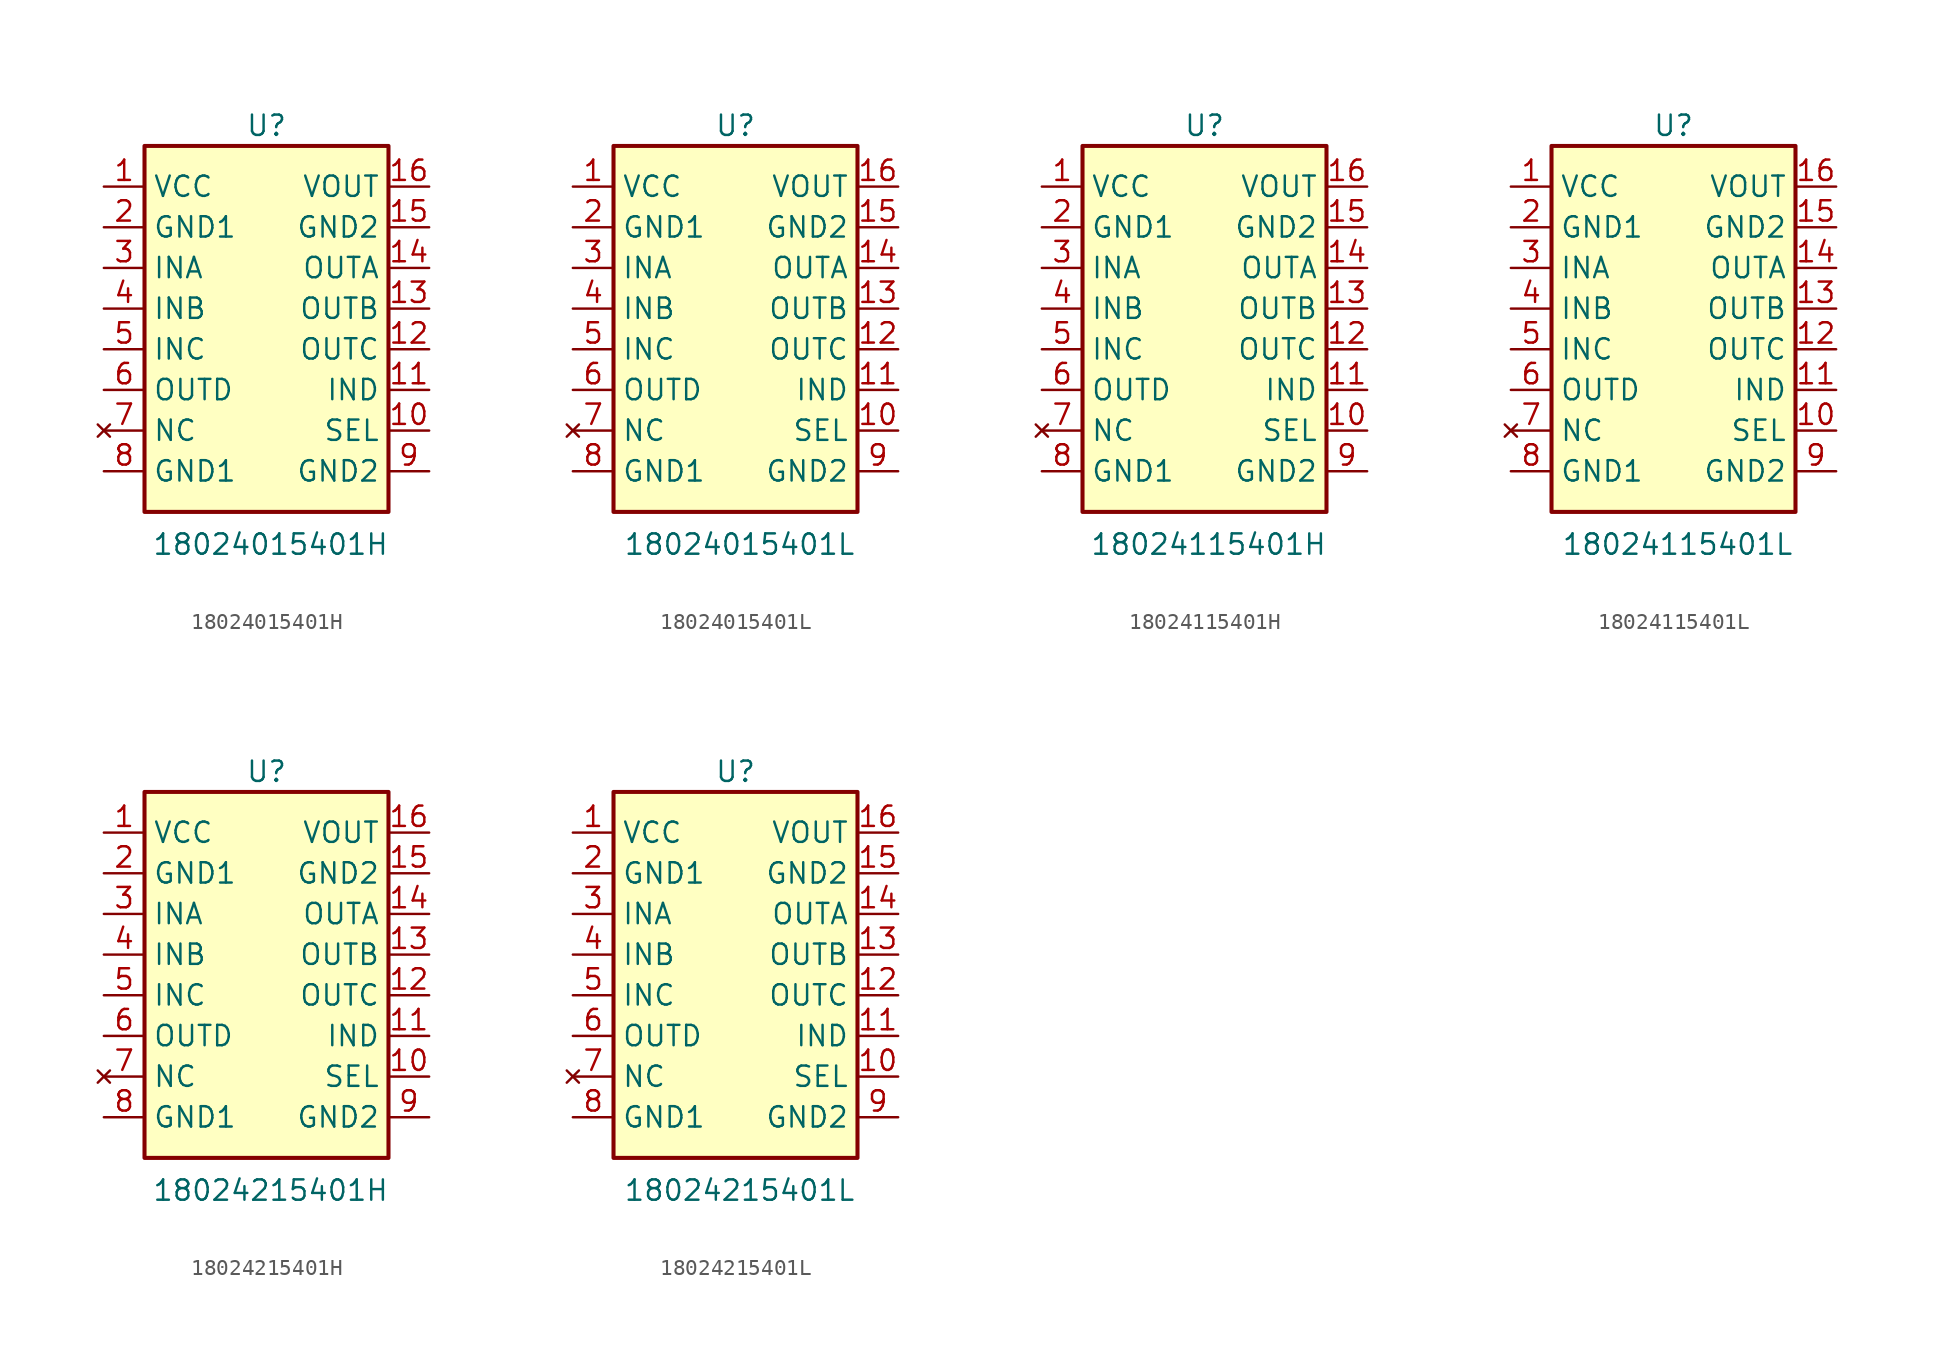
<source format=kicad_sym>
(kicad_symbol_lib
  (version 20241209)
  (generator "kicad_symbol_editor")
  (generator_version "9.0")
  (symbol "18024015401H"
    (property "Reference" "U"
      (at 0 11.43 0)
      (effects (font (size 1.27 1.27))))
    (property "Value" "18024015401H"
      (at 0.254 -14.732 0)
      (effects (font (size 1.27 1.27))))
    (symbol "18024015401H_1_0"
      (rectangle (start -7.62 10.16) (end 7.62 -12.7) (stroke (width 0.254) (type solid)) (fill (type background))))
    (symbol "18024015401H_1_1"
      (pin power_in line (at -10.16 7.62 0) (length 2.54) (name "VCC" (effects (font (size 1.27 1.27)))) (number "1" (effects (font (size 1.27 1.27)))))
      (pin power_in line (at -10.16 5.08 0) (length 2.54) (name "GND1" (effects (font (size 1.27 1.27)))) (number "2" (effects (font (size 1.27 1.27)))))
      (pin input line (at -10.16 2.54 0) (length 2.54) (name "INA" (effects (font (size 1.27 1.27)))) (number "3" (effects (font (size 1.27 1.27)))))
      (pin input line (at -10.16 0 0) (length 2.54) (name "INB" (effects (font (size 1.27 1.27)))) (number "4" (effects (font (size 1.27 1.27)))))
      (pin input line (at -10.16 -2.54 0) (length 2.54) (name "INC" (effects (font (size 1.27 1.27)))) (number "5" (effects (font (size 1.27 1.27)))))
      (pin input line (at -10.16 -5.08 0) (length 2.54) (name "OUTD" (effects (font (size 1.27 1.27)))) (number "6" (effects (font (size 1.27 1.27)))))
      (pin no_connect line (at -10.16 -7.62 0) (length 2.54) (name "NC" (effects (font (size 1.27 1.27)))) (number "7" (effects (font (size 1.27 1.27)))))
      (pin power_in line (at -10.16 -10.16 0) (length 2.54) (name "GND1" (effects (font (size 1.27 1.27)))) (number "8" (effects (font (size 1.27 1.27)))))
      (pin power_out line (at 10.16 7.62 180) (length 2.54) (name "VOUT" (effects (font (size 1.27 1.27)))) (number "16" (effects (font (size 1.27 1.27)))))
      (pin power_in line (at 10.16 5.08 180) (length 2.54) (name "GND2" (effects (font (size 1.27 1.27)))) (number "15" (effects (font (size 1.27 1.27)))))
      (pin output line (at 10.16 2.54 180) (length 2.54) (name "OUTA" (effects (font (size 1.27 1.27)))) (number "14" (effects (font (size 1.27 1.27)))))
      (pin output line (at 10.16 0 180) (length 2.54) (name "OUTB" (effects (font (size 1.27 1.27)))) (number "13" (effects (font (size 1.27 1.27)))))
      (pin output line (at 10.16 -2.54 180) (length 2.54) (name "OUTC" (effects (font (size 1.27 1.27)))) (number "12" (effects (font (size 1.27 1.27)))))
      (pin output line (at 10.16 -5.08 180) (length 2.54) (name "IND" (effects (font (size 1.27 1.27)))) (number "11" (effects (font (size 1.27 1.27)))))
      (pin input line (at 10.16 -7.62 180) (length 2.54) (name "SEL" (effects (font (size 1.27 1.27)))) (number "10" (effects (font (size 1.27 1.27)))))
      (pin power_in line (at 10.16 -10.16 180) (length 2.54) (name "GND2" (effects (font (size 1.27 1.27)))) (number "9" (effects (font (size 1.27 1.27)))))))
  (symbol "18024015401L"
    (property "Reference" "U"
      (at 0 11.43 0)
      (effects (font (size 1.27 1.27))))
    (property "Value" "18024015401L"
      (at 0.254 -14.732 0)
      (effects (font (size 1.27 1.27))))
    (symbol "18024015401L_1_0"
      (rectangle (start -7.62 10.16) (end 7.62 -12.7) (stroke (width 0.254) (type solid)) (fill (type background))))
    (symbol "18024015401L_1_1"
      (pin power_in line (at -10.16 7.62 0) (length 2.54) (name "VCC" (effects (font (size 1.27 1.27)))) (number "1" (effects (font (size 1.27 1.27)))))
      (pin power_in line (at -10.16 5.08 0) (length 2.54) (name "GND1" (effects (font (size 1.27 1.27)))) (number "2" (effects (font (size 1.27 1.27)))))
      (pin input line (at -10.16 2.54 0) (length 2.54) (name "INA" (effects (font (size 1.27 1.27)))) (number "3" (effects (font (size 1.27 1.27)))))
      (pin input line (at -10.16 0 0) (length 2.54) (name "INB" (effects (font (size 1.27 1.27)))) (number "4" (effects (font (size 1.27 1.27)))))
      (pin input line (at -10.16 -2.54 0) (length 2.54) (name "INC" (effects (font (size 1.27 1.27)))) (number "5" (effects (font (size 1.27 1.27)))))
      (pin input line (at -10.16 -5.08 0) (length 2.54) (name "OUTD" (effects (font (size 1.27 1.27)))) (number "6" (effects (font (size 1.27 1.27)))))
      (pin no_connect line (at -10.16 -7.62 0) (length 2.54) (name "NC" (effects (font (size 1.27 1.27)))) (number "7" (effects (font (size 1.27 1.27)))))
      (pin power_in line (at -10.16 -10.16 0) (length 2.54) (name "GND1" (effects (font (size 1.27 1.27)))) (number "8" (effects (font (size 1.27 1.27)))))
      (pin power_out line (at 10.16 7.62 180) (length 2.54) (name "VOUT" (effects (font (size 1.27 1.27)))) (number "16" (effects (font (size 1.27 1.27)))))
      (pin power_in line (at 10.16 5.08 180) (length 2.54) (name "GND2" (effects (font (size 1.27 1.27)))) (number "15" (effects (font (size 1.27 1.27)))))
      (pin output line (at 10.16 2.54 180) (length 2.54) (name "OUTA" (effects (font (size 1.27 1.27)))) (number "14" (effects (font (size 1.27 1.27)))))
      (pin output line (at 10.16 0 180) (length 2.54) (name "OUTB" (effects (font (size 1.27 1.27)))) (number "13" (effects (font (size 1.27 1.27)))))
      (pin output line (at 10.16 -2.54 180) (length 2.54) (name "OUTC" (effects (font (size 1.27 1.27)))) (number "12" (effects (font (size 1.27 1.27)))))
      (pin output line (at 10.16 -5.08 180) (length 2.54) (name "IND" (effects (font (size 1.27 1.27)))) (number "11" (effects (font (size 1.27 1.27)))))
      (pin input line (at 10.16 -7.62 180) (length 2.54) (name "SEL" (effects (font (size 1.27 1.27)))) (number "10" (effects (font (size 1.27 1.27)))))
      (pin power_in line (at 10.16 -10.16 180) (length 2.54) (name "GND2" (effects (font (size 1.27 1.27)))) (number "9" (effects (font (size 1.27 1.27)))))))
  (symbol "18024115401H"
    (property "Reference" "U"
      (at 0 11.43 0)
      (effects (font (size 1.27 1.27))))
    (property "Value" "18024115401H"
      (at 0.254 -14.732 0)
      (effects (font (size 1.27 1.27))))
    (symbol "18024115401H_1_0"
      (rectangle (start -7.62 10.16) (end 7.62 -12.7) (stroke (width 0.254) (type solid)) (fill (type background))))
    (symbol "18024115401H_1_1"
      (pin power_in line (at -10.16 7.62 0) (length 2.54) (name "VCC" (effects (font (size 1.27 1.27)))) (number "1" (effects (font (size 1.27 1.27)))))
      (pin power_in line (at -10.16 5.08 0) (length 2.54) (name "GND1" (effects (font (size 1.27 1.27)))) (number "2" (effects (font (size 1.27 1.27)))))
      (pin input line (at -10.16 2.54 0) (length 2.54) (name "INA" (effects (font (size 1.27 1.27)))) (number "3" (effects (font (size 1.27 1.27)))))
      (pin input line (at -10.16 0 0) (length 2.54) (name "INB" (effects (font (size 1.27 1.27)))) (number "4" (effects (font (size 1.27 1.27)))))
      (pin input line (at -10.16 -2.54 0) (length 2.54) (name "INC" (effects (font (size 1.27 1.27)))) (number "5" (effects (font (size 1.27 1.27)))))
      (pin output line (at -10.16 -5.08 0) (length 2.54) (name "OUTD" (effects (font (size 1.27 1.27)))) (number "6" (effects (font (size 1.27 1.27)))))
      (pin no_connect line (at -10.16 -7.62 0) (length 2.54) (name "NC" (effects (font (size 1.27 1.27)))) (number "7" (effects (font (size 1.27 1.27)))))
      (pin power_in line (at -10.16 -10.16 0) (length 2.54) (name "GND1" (effects (font (size 1.27 1.27)))) (number "8" (effects (font (size 1.27 1.27)))))
      (pin power_out line (at 10.16 7.62 180) (length 2.54) (name "VOUT" (effects (font (size 1.27 1.27)))) (number "16" (effects (font (size 1.27 1.27)))))
      (pin power_in line (at 10.16 5.08 180) (length 2.54) (name "GND2" (effects (font (size 1.27 1.27)))) (number "15" (effects (font (size 1.27 1.27)))))
      (pin output line (at 10.16 2.54 180) (length 2.54) (name "OUTA" (effects (font (size 1.27 1.27)))) (number "14" (effects (font (size 1.27 1.27)))))
      (pin output line (at 10.16 0 180) (length 2.54) (name "OUTB" (effects (font (size 1.27 1.27)))) (number "13" (effects (font (size 1.27 1.27)))))
      (pin output line (at 10.16 -2.54 180) (length 2.54) (name "OUTC" (effects (font (size 1.27 1.27)))) (number "12" (effects (font (size 1.27 1.27)))))
      (pin input line (at 10.16 -5.08 180) (length 2.54) (name "IND" (effects (font (size 1.27 1.27)))) (number "11" (effects (font (size 1.27 1.27)))))
      (pin input line (at 10.16 -7.62 180) (length 2.54) (name "SEL" (effects (font (size 1.27 1.27)))) (number "10" (effects (font (size 1.27 1.27)))))
      (pin power_in line (at 10.16 -10.16 180) (length 2.54) (name "GND2" (effects (font (size 1.27 1.27)))) (number "9" (effects (font (size 1.27 1.27)))))))
  (symbol "18024115401L"
    (property "Reference" "U"
      (at 0 11.43 0)
      (effects (font (size 1.27 1.27))))
    (property "Value" "18024115401L"
      (at 0.254 -14.732 0)
      (effects (font (size 1.27 1.27))))
    (symbol "18024115401L_1_0"
      (rectangle (start -7.62 10.16) (end 7.62 -12.7) (stroke (width 0.254) (type solid)) (fill (type background))))
    (symbol "18024115401L_1_1"
      (pin power_in line (at -10.16 7.62 0) (length 2.54) (name "VCC" (effects (font (size 1.27 1.27)))) (number "1" (effects (font (size 1.27 1.27)))))
      (pin power_in line (at -10.16 5.08 0) (length 2.54) (name "GND1" (effects (font (size 1.27 1.27)))) (number "2" (effects (font (size 1.27 1.27)))))
      (pin input line (at -10.16 2.54 0) (length 2.54) (name "INA" (effects (font (size 1.27 1.27)))) (number "3" (effects (font (size 1.27 1.27)))))
      (pin input line (at -10.16 0 0) (length 2.54) (name "INB" (effects (font (size 1.27 1.27)))) (number "4" (effects (font (size 1.27 1.27)))))
      (pin input line (at -10.16 -2.54 0) (length 2.54) (name "INC" (effects (font (size 1.27 1.27)))) (number "5" (effects (font (size 1.27 1.27)))))
      (pin output line (at -10.16 -5.08 0) (length 2.54) (name "OUTD" (effects (font (size 1.27 1.27)))) (number "6" (effects (font (size 1.27 1.27)))))
      (pin no_connect line (at -10.16 -7.62 0) (length 2.54) (name "NC" (effects (font (size 1.27 1.27)))) (number "7" (effects (font (size 1.27 1.27)))))
      (pin power_in line (at -10.16 -10.16 0) (length 2.54) (name "GND1" (effects (font (size 1.27 1.27)))) (number "8" (effects (font (size 1.27 1.27)))))
      (pin power_out line (at 10.16 7.62 180) (length 2.54) (name "VOUT" (effects (font (size 1.27 1.27)))) (number "16" (effects (font (size 1.27 1.27)))))
      (pin power_in line (at 10.16 5.08 180) (length 2.54) (name "GND2" (effects (font (size 1.27 1.27)))) (number "15" (effects (font (size 1.27 1.27)))))
      (pin output line (at 10.16 2.54 180) (length 2.54) (name "OUTA" (effects (font (size 1.27 1.27)))) (number "14" (effects (font (size 1.27 1.27)))))
      (pin output line (at 10.16 0 180) (length 2.54) (name "OUTB" (effects (font (size 1.27 1.27)))) (number "13" (effects (font (size 1.27 1.27)))))
      (pin output line (at 10.16 -2.54 180) (length 2.54) (name "OUTC" (effects (font (size 1.27 1.27)))) (number "12" (effects (font (size 1.27 1.27)))))
      (pin input line (at 10.16 -5.08 180) (length 2.54) (name "IND" (effects (font (size 1.27 1.27)))) (number "11" (effects (font (size 1.27 1.27)))))
      (pin input line (at 10.16 -7.62 180) (length 2.54) (name "SEL" (effects (font (size 1.27 1.27)))) (number "10" (effects (font (size 1.27 1.27)))))
      (pin power_in line (at 10.16 -10.16 180) (length 2.54) (name "GND2" (effects (font (size 1.27 1.27)))) (number "9" (effects (font (size 1.27 1.27)))))))
  (symbol "18024215401H"
    (property "Reference" "U"
      (at 0 11.43 0)
      (effects (font (size 1.27 1.27))))
    (property "Value" "18024215401H"
      (at 0.254 -14.732 0)
      (effects (font (size 1.27 1.27))))
    (symbol "18024215401H_1_0"
      (rectangle (start -7.62 10.16) (end 7.62 -12.7) (stroke (width 0.254) (type solid)) (fill (type background))))
    (symbol "18024215401H_1_1"
      (pin power_in line (at -10.16 7.62 0) (length 2.54) (name "VCC" (effects (font (size 1.27 1.27)))) (number "1" (effects (font (size 1.27 1.27)))))
      (pin power_in line (at -10.16 5.08 0) (length 2.54) (name "GND1" (effects (font (size 1.27 1.27)))) (number "2" (effects (font (size 1.27 1.27)))))
      (pin input line (at -10.16 2.54 0) (length 2.54) (name "INA" (effects (font (size 1.27 1.27)))) (number "3" (effects (font (size 1.27 1.27)))))
      (pin input line (at -10.16 0 0) (length 2.54) (name "INB" (effects (font (size 1.27 1.27)))) (number "4" (effects (font (size 1.27 1.27)))))
      (pin output line (at -10.16 -2.54 0) (length 2.54) (name "INC" (effects (font (size 1.27 1.27)))) (number "5" (effects (font (size 1.27 1.27)))))
      (pin output line (at -10.16 -5.08 0) (length 2.54) (name "OUTD" (effects (font (size 1.27 1.27)))) (number "6" (effects (font (size 1.27 1.27)))))
      (pin no_connect line (at -10.16 -7.62 0) (length 2.54) (name "NC" (effects (font (size 1.27 1.27)))) (number "7" (effects (font (size 1.27 1.27)))))
      (pin power_in line (at -10.16 -10.16 0) (length 2.54) (name "GND1" (effects (font (size 1.27 1.27)))) (number "8" (effects (font (size 1.27 1.27)))))
      (pin power_out line (at 10.16 7.62 180) (length 2.54) (name "VOUT" (effects (font (size 1.27 1.27)))) (number "16" (effects (font (size 1.27 1.27)))))
      (pin power_in line (at 10.16 5.08 180) (length 2.54) (name "GND2" (effects (font (size 1.27 1.27)))) (number "15" (effects (font (size 1.27 1.27)))))
      (pin output line (at 10.16 2.54 180) (length 2.54) (name "OUTA" (effects (font (size 1.27 1.27)))) (number "14" (effects (font (size 1.27 1.27)))))
      (pin output line (at 10.16 0 180) (length 2.54) (name "OUTB" (effects (font (size 1.27 1.27)))) (number "13" (effects (font (size 1.27 1.27)))))
      (pin input line (at 10.16 -2.54 180) (length 2.54) (name "OUTC" (effects (font (size 1.27 1.27)))) (number "12" (effects (font (size 1.27 1.27)))))
      (pin input line (at 10.16 -5.08 180) (length 2.54) (name "IND" (effects (font (size 1.27 1.27)))) (number "11" (effects (font (size 1.27 1.27)))))
      (pin input line (at 10.16 -7.62 180) (length 2.54) (name "SEL" (effects (font (size 1.27 1.27)))) (number "10" (effects (font (size 1.27 1.27)))))
      (pin power_in line (at 10.16 -10.16 180) (length 2.54) (name "GND2" (effects (font (size 1.27 1.27)))) (number "9" (effects (font (size 1.27 1.27)))))))
  (symbol "18024215401L"
    (property "Reference" "U"
      (at 0 11.43 0)
      (effects (font (size 1.27 1.27))))
    (property "Value" "18024215401L"
      (at 0.254 -14.732 0)
      (effects (font (size 1.27 1.27))))
    (symbol "18024215401L_1_0"
      (rectangle (start -7.62 10.16) (end 7.62 -12.7) (stroke (width 0.254) (type solid)) (fill (type background))))
    (symbol "18024215401L_1_1"
      (pin power_in line (at -10.16 7.62 0) (length 2.54) (name "VCC" (effects (font (size 1.27 1.27)))) (number "1" (effects (font (size 1.27 1.27)))))
      (pin power_in line (at -10.16 5.08 0) (length 2.54) (name "GND1" (effects (font (size 1.27 1.27)))) (number "2" (effects (font (size 1.27 1.27)))))
      (pin input line (at -10.16 2.54 0) (length 2.54) (name "INA" (effects (font (size 1.27 1.27)))) (number "3" (effects (font (size 1.27 1.27)))))
      (pin input line (at -10.16 0 0) (length 2.54) (name "INB" (effects (font (size 1.27 1.27)))) (number "4" (effects (font (size 1.27 1.27)))))
      (pin output line (at -10.16 -2.54 0) (length 2.54) (name "INC" (effects (font (size 1.27 1.27)))) (number "5" (effects (font (size 1.27 1.27)))))
      (pin output line (at -10.16 -5.08 0) (length 2.54) (name "OUTD" (effects (font (size 1.27 1.27)))) (number "6" (effects (font (size 1.27 1.27)))))
      (pin no_connect line (at -10.16 -7.62 0) (length 2.54) (name "NC" (effects (font (size 1.27 1.27)))) (number "7" (effects (font (size 1.27 1.27)))))
      (pin power_in line (at -10.16 -10.16 0) (length 2.54) (name "GND1" (effects (font (size 1.27 1.27)))) (number "8" (effects (font (size 1.27 1.27)))))
      (pin power_out line (at 10.16 7.62 180) (length 2.54) (name "VOUT" (effects (font (size 1.27 1.27)))) (number "16" (effects (font (size 1.27 1.27)))))
      (pin power_in line (at 10.16 5.08 180) (length 2.54) (name "GND2" (effects (font (size 1.27 1.27)))) (number "15" (effects (font (size 1.27 1.27)))))
      (pin output line (at 10.16 2.54 180) (length 2.54) (name "OUTA" (effects (font (size 1.27 1.27)))) (number "14" (effects (font (size 1.27 1.27)))))
      (pin output line (at 10.16 0 180) (length 2.54) (name "OUTB" (effects (font (size 1.27 1.27)))) (number "13" (effects (font (size 1.27 1.27)))))
      (pin input line (at 10.16 -2.54 180) (length 2.54) (name "OUTC" (effects (font (size 1.27 1.27)))) (number "12" (effects (font (size 1.27 1.27)))))
      (pin input line (at 10.16 -5.08 180) (length 2.54) (name "IND" (effects (font (size 1.27 1.27)))) (number "11" (effects (font (size 1.27 1.27)))))
      (pin input line (at 10.16 -7.62 180) (length 2.54) (name "SEL" (effects (font (size 1.27 1.27)))) (number "10" (effects (font (size 1.27 1.27)))))
      (pin power_in line (at 10.16 -10.16 180) (length 2.54) (name "GND2" (effects (font (size 1.27 1.27)))) (number "9" (effects (font (size 1.27 1.27))))))))
</source>
